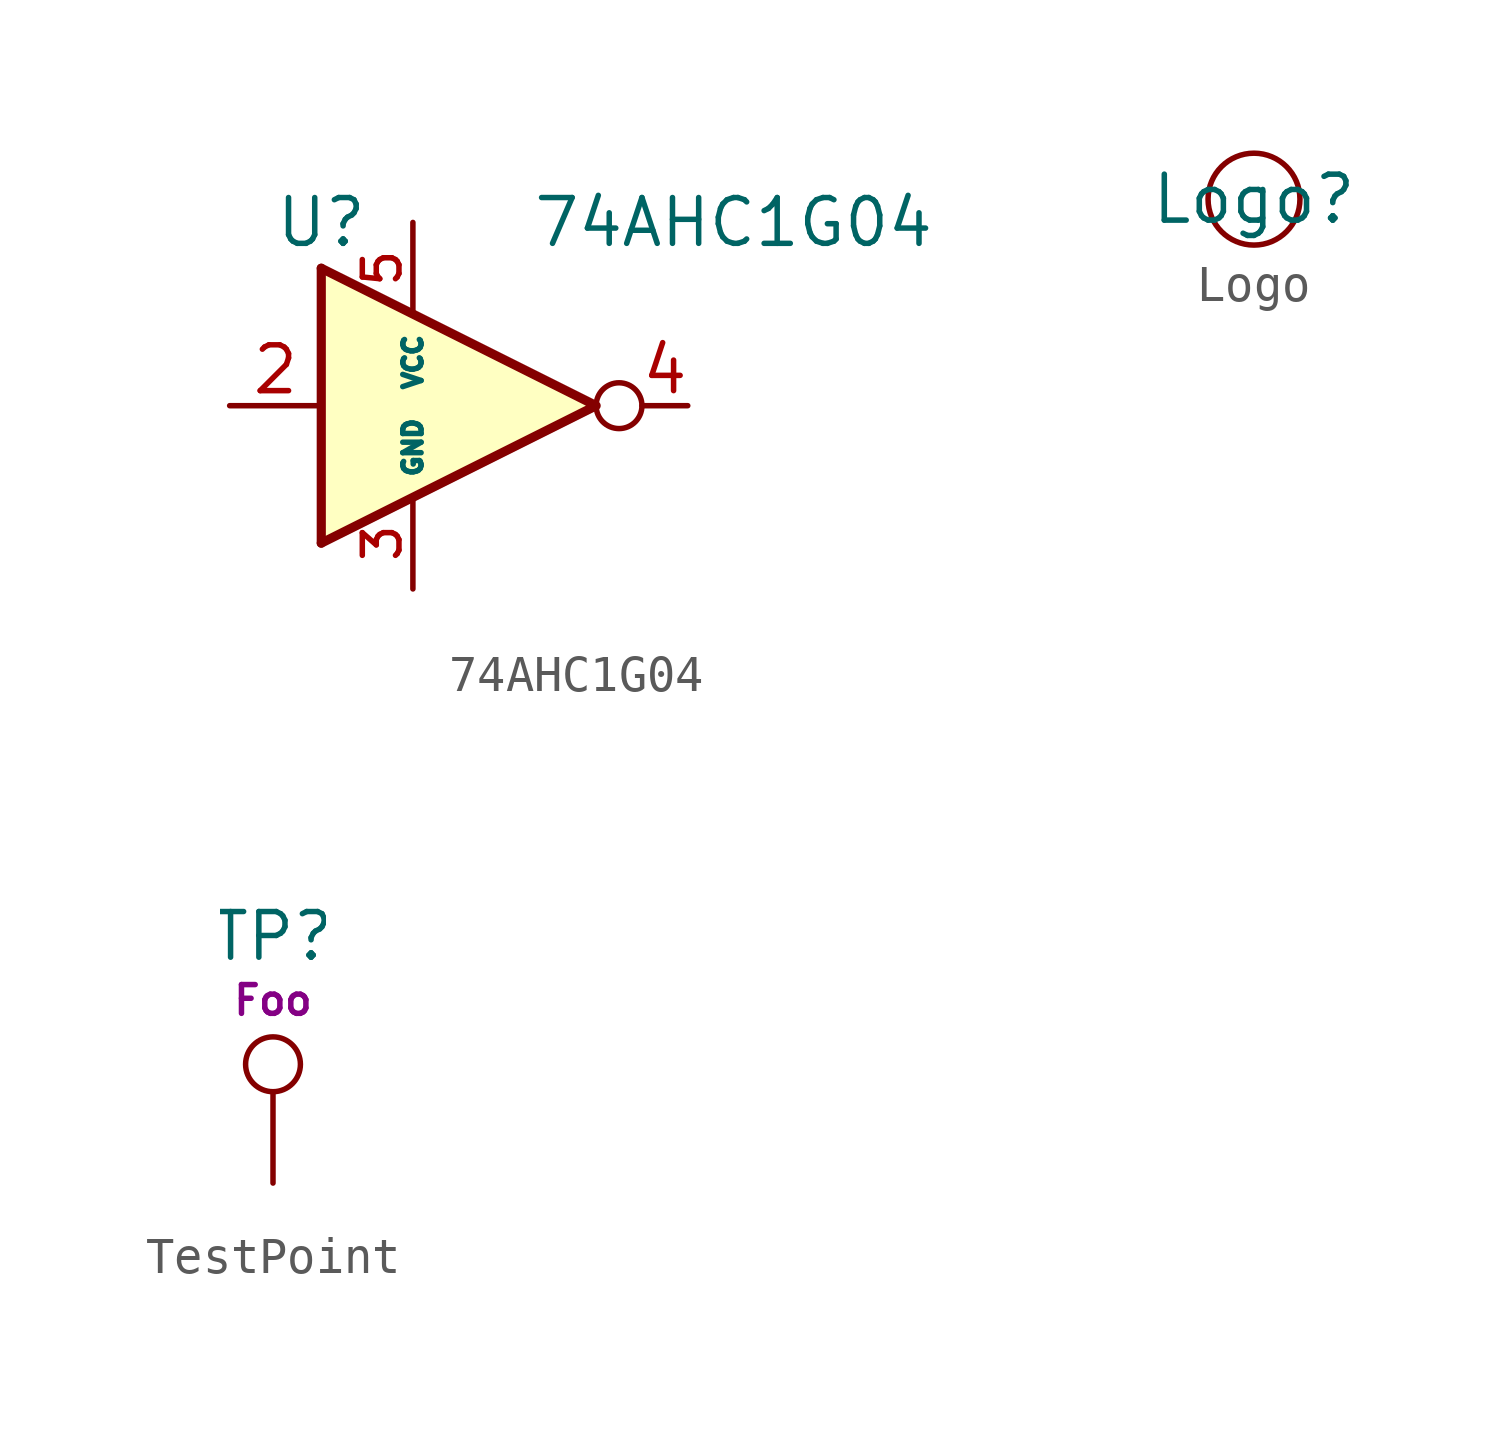
<source format=kicad_sym>
(kicad_symbol_lib
  (version 20220914)
  (generator kicad_symbol_editor)
  (symbol "74AHC1G04"
    (property "Reference" "U"
      (at -2.54 5.08 0)
      (effects (font (size 1.27 1.27))))
    (property "Value" "74AHC1G04"
      (at 8.89 5.08 0)
      (effects (font (size 1.27 1.27))))
    (symbol "74AHC1G04_0_1"
      (rectangle (start -2.54 3.81) (end -2.54 -3.81) (stroke (width 0.254) (type default)) (fill (type background)))
      (polyline (pts (xy -2.54 -3.81) (xy 5.08 0) (xy -2.54 3.81)) (stroke (width 0.254) (type default)) (fill (type background)))
      (circle (center 5.715 0) (radius 0.635) (stroke (width 0) (type default)) (fill (type none))))
    (symbol "74AHC1G04_1_1"
      (pin no_connect line (at 5.08 0 180) (length 2.54) hide (name "NC" (effects (font (size 1.27 1.27)))) (number "1" (effects (font (size 1.27 1.27)))))
      (pin input line (at -5.08 0 0) (length 2.54) (name "~" (effects (font (size 1.27 1.27)))) (number "2" (effects (font (size 1.27 1.27)))))
      (pin power_in line (at 0 -5.08 90) (length 2.54) (name "GND" (effects (font (size 0.508 0.508)))) (number "3" (effects (font (size 1.016 1.016)))))
      (pin output line (at 7.62 0 180) (length 1.27) (name "~" (effects (font (size 1.27 1.27)))) (number "4" (effects (font (size 1.27 1.27)))))
      (pin power_in line (at 0 5.08 270) (length 2.54) (name "VCC" (effects (font (size 0.508 0.508)))) (number "5" (effects (font (size 1.016 1.016)))))))
  (symbol "Logo"
    (property "Reference" "Logo"
      (at 0 0 0)
      (effects (font (size 1.27 1.27))))
    (property "Value" ""
      (at 0 0 0)
      (effects (font (size 1.27 1.27))))
    (symbol "Logo_0_1"
      (circle (center 0 0) (radius 1.27) (stroke (width 0) (type default)) (fill (type none)))))
  (symbol "TestPoint"
    (pin_numbers hide)
    (pin_names
      (offset 0.762) hide)
    (property "Reference" "TP"
      (at 0 6.858 0)
      (effects (font (size 1.27 1.27))))
    (property "Net" "Foo"
      (at 0 5.08 0)
      (effects (font (size 0.8 0.8))))
    (symbol "TestPoint_0_1"
      (circle (center 0 3.302) (radius 0.762) (stroke (width 0) (type default)) (fill (type none))))
    (symbol "TestPoint_1_1"
      (pin passive line (at 0 0 90) (length 2.54) (name "1" (effects (font (size 1.27 1.27)))) (number "1" (effects (font (size 1.27 1.27))))))))
</source>
